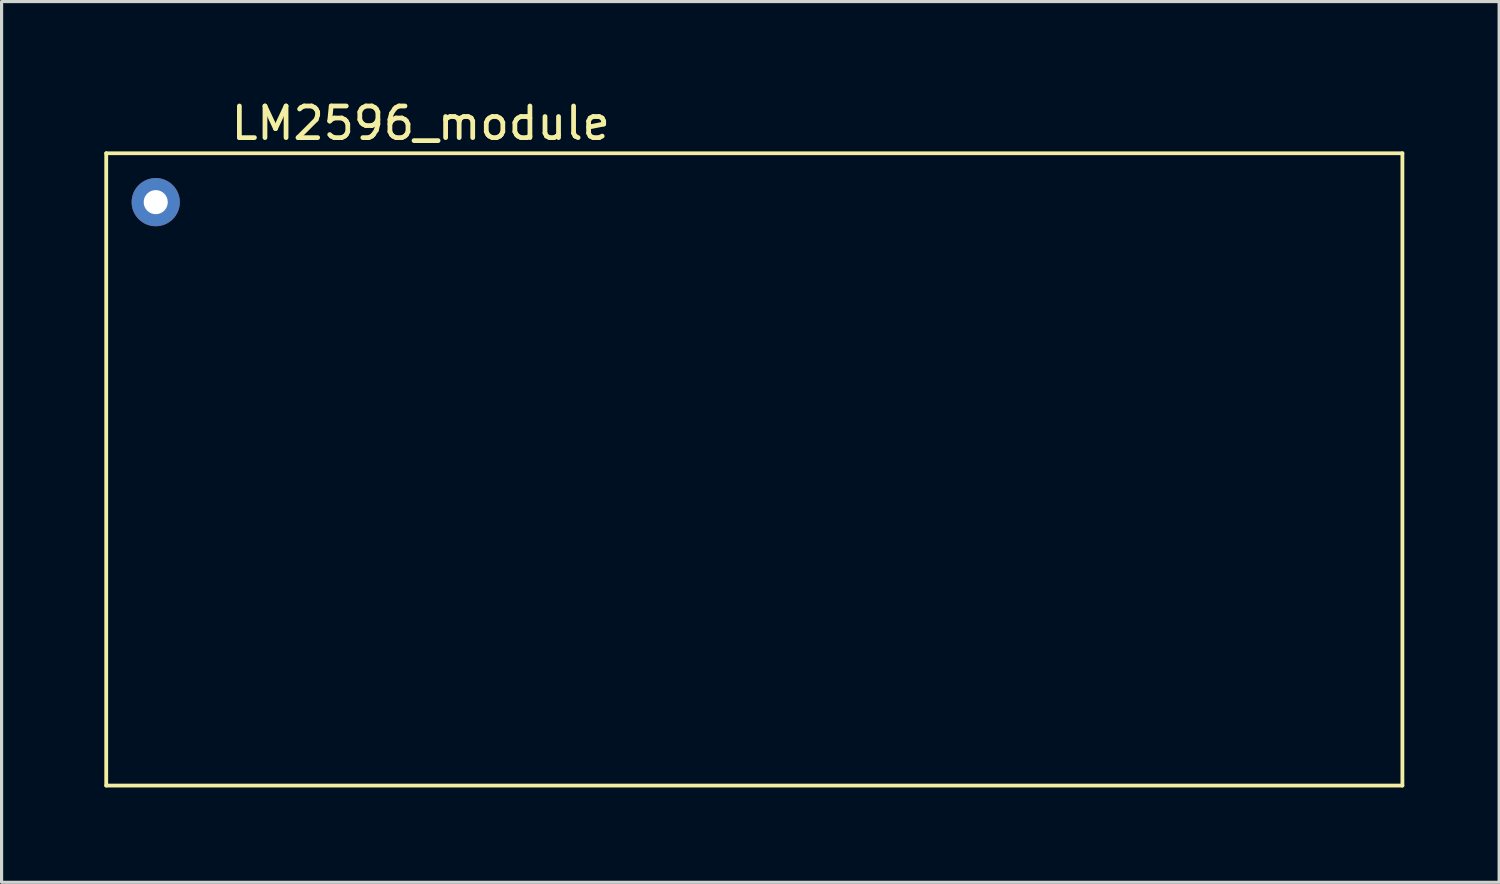
<source format=kicad_pcb>
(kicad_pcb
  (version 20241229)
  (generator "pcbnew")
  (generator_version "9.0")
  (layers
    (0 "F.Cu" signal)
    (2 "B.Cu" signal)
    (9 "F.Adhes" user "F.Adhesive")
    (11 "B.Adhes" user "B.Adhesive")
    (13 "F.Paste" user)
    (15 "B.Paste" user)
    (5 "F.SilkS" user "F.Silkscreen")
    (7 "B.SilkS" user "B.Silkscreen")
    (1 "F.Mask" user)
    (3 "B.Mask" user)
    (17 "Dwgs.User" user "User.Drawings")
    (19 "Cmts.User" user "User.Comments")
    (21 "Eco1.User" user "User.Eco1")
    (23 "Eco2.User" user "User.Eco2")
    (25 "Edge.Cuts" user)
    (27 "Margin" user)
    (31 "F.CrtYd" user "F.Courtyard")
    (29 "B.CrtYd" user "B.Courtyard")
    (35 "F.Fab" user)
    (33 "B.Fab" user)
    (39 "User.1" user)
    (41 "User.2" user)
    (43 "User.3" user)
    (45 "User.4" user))
  (footprint "LM2596_module"
    (layer "F.Cu")
    (at 0.25 1.718)
    (property "Reference" "LM2596_module" (at 10.01 -0.87 0) (layer "F.SilkS") (effects (font (size 1 1) (thickness 0.15))))
    (attr through_hole)
    (fp_line (start 0.06 0.08) (end 41.06 0.08) (stroke (width 0.12) (type solid)) (layer "F.SilkS"))
    (fp_line (start 0.06 20.08) (end 0.06 0.08) (stroke (width 0.12) (type solid)) (layer "F.SilkS"))
    (fp_line (start 41.06 0.08) (end 41.06 20.08) (stroke (width 0.12) (type solid)) (layer "F.SilkS"))
    (fp_line (start 41.06 20.08) (end 0.06 20.08) (stroke (width 0.12) (type solid)) (layer "F.SilkS"))
    (pad "1" thru_hole circle (at 1.626 1.626) (size 1.524 1.524) (drill 0.762) (layers "*.Cu" "*.Mask")))
  (gr_rect
    (start -3 -3)
    (end 44.37 24.858)
    (stroke (width 0.1) (type default))
    (fill no)
    (layer "Edge.Cuts")))
</source>
